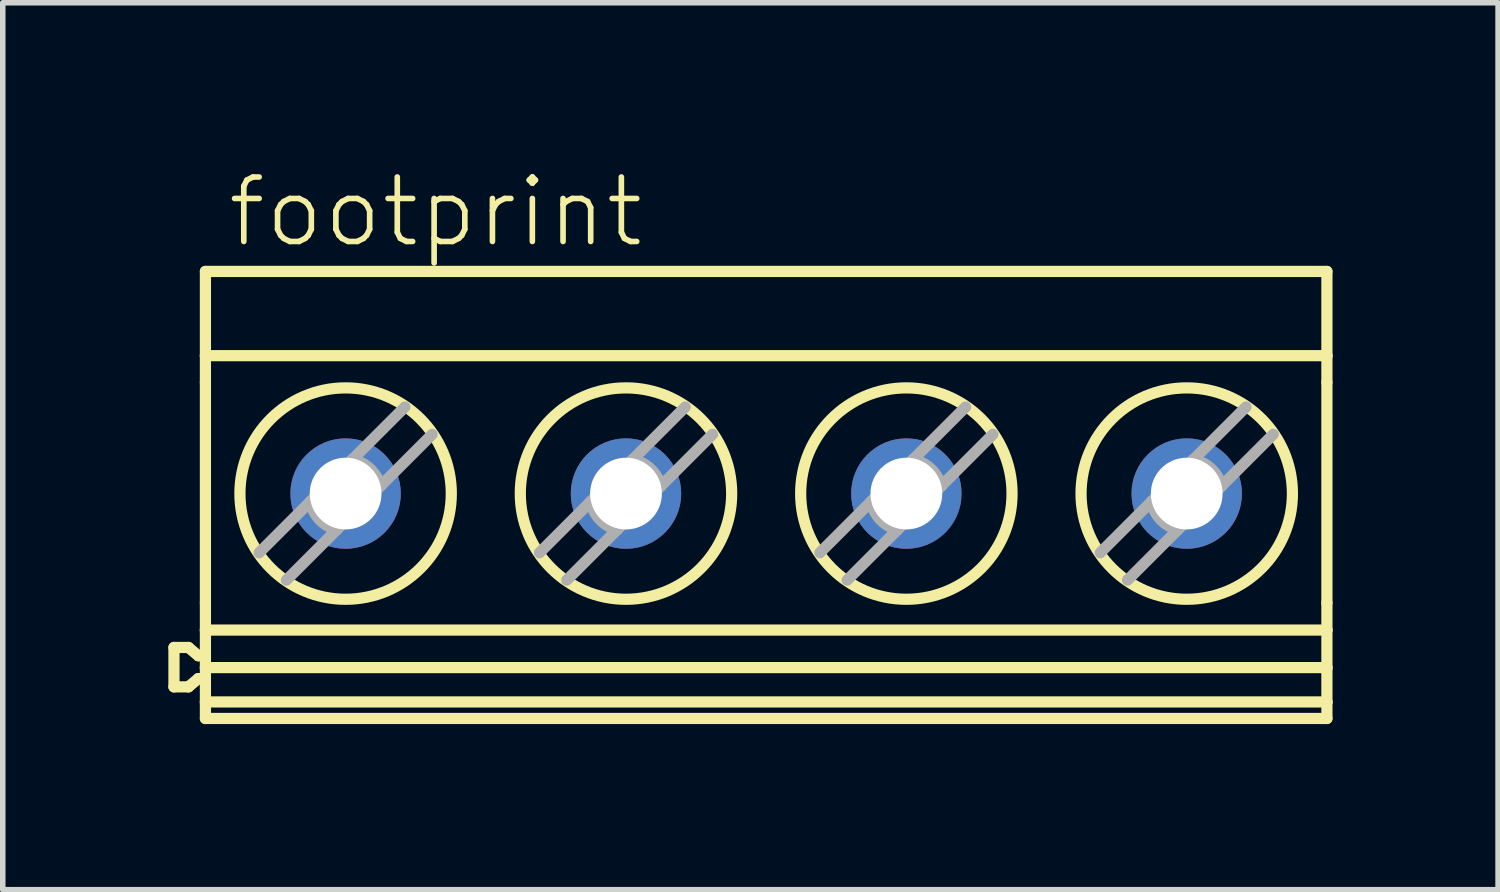
<source format=kicad_pcb>
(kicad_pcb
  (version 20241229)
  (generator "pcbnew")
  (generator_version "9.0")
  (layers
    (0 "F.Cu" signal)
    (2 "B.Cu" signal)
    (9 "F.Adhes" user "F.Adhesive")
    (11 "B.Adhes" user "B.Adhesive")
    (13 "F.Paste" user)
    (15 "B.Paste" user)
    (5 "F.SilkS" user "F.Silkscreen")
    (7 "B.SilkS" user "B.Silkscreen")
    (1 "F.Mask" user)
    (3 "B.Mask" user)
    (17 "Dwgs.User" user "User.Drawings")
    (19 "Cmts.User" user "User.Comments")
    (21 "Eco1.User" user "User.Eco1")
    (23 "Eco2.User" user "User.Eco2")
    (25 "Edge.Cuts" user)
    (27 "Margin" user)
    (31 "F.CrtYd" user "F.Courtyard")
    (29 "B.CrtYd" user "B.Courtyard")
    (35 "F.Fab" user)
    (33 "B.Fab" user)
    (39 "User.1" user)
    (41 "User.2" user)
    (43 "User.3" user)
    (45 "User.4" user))
  (footprint "footprint"
    (layer "F.Cu")
    (at 10.853 5.918)
    (property "Reference" "footprint" (at -9.831 -4.445 0) (layer "F.SilkS") (effects (font (size 1.168 1.168) (thickness 0.102)) (justify left bottom)))
    (fp_line (start -10.751 2.763) (end -10.751 3.477) (stroke (width 0.203) (type solid)) (layer "F.SilkS"))
    (fp_line (start -10.751 2.763) (end -10.488 2.763) (stroke (width 0.203) (type solid)) (layer "F.SilkS"))
    (fp_line (start -10.751 3.477) (end -10.488 3.477) (stroke (width 0.203) (type solid)) (layer "F.SilkS"))
    (fp_line (start -10.488 2.763) (end -10.31 2.913) (stroke (width 0.203) (type solid)) (layer "F.SilkS"))
    (fp_line (start -10.31 2.913) (end -10.181 2.913) (stroke (width 0.203) (type solid)) (layer "F.SilkS"))
    (fp_line (start -10.31 3.327) (end -10.488 3.477) (stroke (width 0.203) (type solid)) (layer "F.SilkS"))
    (fp_line (start -10.181 -4.05) (end 10.139 -4.05) (stroke (width 0.203) (type solid)) (layer "F.SilkS"))
    (fp_line (start -10.181 -2.524) (end -10.181 -4.05) (stroke (width 0.203) (type solid)) (layer "F.SilkS"))
    (fp_line (start -10.181 -2.524) (end -10.181 -2.041) (stroke (width 0.203) (type solid)) (layer "F.SilkS"))
    (fp_line (start -10.181 -2.524) (end 10.139 -2.524) (stroke (width 0.203) (type solid)) (layer "F.SilkS"))
    (fp_line (start -10.181 1.956) (end -10.181 -2.041) (stroke (width 0.203) (type solid)) (layer "F.SilkS"))
    (fp_line (start -10.181 1.956) (end -10.181 2.448) (stroke (width 0.203) (type solid)) (layer "F.SilkS"))
    (fp_line (start -10.181 2.913) (end -10.181 2.448) (stroke (width 0.203) (type solid)) (layer "F.SilkS"))
    (fp_line (start -10.181 3.128) (end -10.181 2.913) (stroke (width 0.203) (type solid)) (layer "F.SilkS"))
    (fp_line (start -10.181 3.128) (end 10.139 3.128) (stroke (width 0.203) (type solid)) (layer "F.SilkS"))
    (fp_line (start -10.181 3.327) (end -10.31 3.327) (stroke (width 0.203) (type solid)) (layer "F.SilkS"))
    (fp_line (start -10.181 3.327) (end -10.181 3.128) (stroke (width 0.203) (type solid)) (layer "F.SilkS"))
    (fp_line (start -10.181 3.75) (end -10.181 3.327) (stroke (width 0.203) (type solid)) (layer "F.SilkS"))
    (fp_line (start -10.181 3.75) (end -10.181 4.05) (stroke (width 0.203) (type solid)) (layer "F.SilkS"))
    (fp_line (start -10.181 4.05) (end 10.139 4.05) (stroke (width 0.203) (type solid)) (layer "F.SilkS"))
    (fp_line (start 10.139 -2.524) (end 10.139 -4.05) (stroke (width 0.203) (type solid)) (layer "F.SilkS"))
    (fp_line (start 10.139 -2.524) (end 10.139 -2.041) (stroke (width 0.203) (type solid)) (layer "F.SilkS"))
    (fp_line (start 10.139 1.956) (end 10.139 -2.041) (stroke (width 0.203) (type solid)) (layer "F.SilkS"))
    (fp_line (start 10.139 1.956) (end 10.139 2.448) (stroke (width 0.203) (type solid)) (layer "F.SilkS"))
    (fp_line (start 10.139 2.448) (end -10.181 2.448) (stroke (width 0.203) (type solid)) (layer "F.SilkS"))
    (fp_line (start 10.139 3.128) (end 10.139 2.448) (stroke (width 0.203) (type solid)) (layer "F.SilkS"))
    (fp_line (start 10.139 3.75) (end -10.181 3.75) (stroke (width 0.203) (type solid)) (layer "F.SilkS"))
    (fp_line (start 10.139 3.75) (end 10.139 3.128) (stroke (width 0.203) (type solid)) (layer "F.SilkS"))
    (fp_line (start 10.139 3.75) (end 10.139 4.05) (stroke (width 0.203) (type solid)) (layer "F.SilkS"))
    (fp_circle (center -7.641 -0.025) (end -5.726 -0.025) (stroke (width 0.203) (type solid)) (fill no) (layer "F.SilkS"))
    (fp_circle (center -2.561 -0.025) (end -0.646 -0.025) (stroke (width 0.203) (type solid)) (fill no) (layer "F.SilkS"))
    (fp_circle (center 2.519 -0.025) (end 4.434 -0.025) (stroke (width 0.203) (type solid)) (fill no) (layer "F.SilkS"))
    (fp_circle (center 7.599 -0.025) (end 9.514 -0.025) (stroke (width 0.203) (type solid)) (fill no) (layer "F.SilkS"))
    (fp_line (start -9.209 1.048) (end -8.28 0.119) (stroke (width 0.203) (type solid)) (layer "F.Fab"))
    (fp_line (start -8.28 0.119) (end -7.641 -0.52) (stroke (width 0.203) (type solid)) (layer "F.Fab"))
    (fp_line (start -7.801 0.63) (end -8.714 1.543) (stroke (width 0.203) (type solid)) (layer "F.Fab"))
    (fp_line (start -7.641 -0.52) (end -7.522 -0.639) (stroke (width 0.203) (type solid)) (layer "F.Fab"))
    (fp_line (start -7.641 0.47) (end -7.801 0.63) (stroke (width 0.203) (type solid)) (layer "F.Fab"))
    (fp_line (start -7.522 -0.639) (end -6.568 -1.593) (stroke (width 0.203) (type solid)) (layer "F.Fab"))
    (fp_line (start -7.011 -0.16) (end -7.641 0.47) (stroke (width 0.203) (type solid)) (layer "F.Fab"))
    (fp_line (start -6.073 -1.098) (end -7.011 -0.16) (stroke (width 0.203) (type solid)) (layer "F.Fab"))
    (fp_line (start -4.129 1.048) (end -3.2 0.119) (stroke (width 0.203) (type solid)) (layer "F.Fab"))
    (fp_line (start -3.2 0.119) (end -2.561 -0.52) (stroke (width 0.203) (type solid)) (layer "F.Fab"))
    (fp_line (start -2.721 0.63) (end -3.634 1.543) (stroke (width 0.203) (type solid)) (layer "F.Fab"))
    (fp_line (start -2.561 -0.52) (end -2.442 -0.639) (stroke (width 0.203) (type solid)) (layer "F.Fab"))
    (fp_line (start -2.561 0.47) (end -2.721 0.63) (stroke (width 0.203) (type solid)) (layer "F.Fab"))
    (fp_line (start -2.442 -0.639) (end -1.488 -1.593) (stroke (width 0.203) (type solid)) (layer "F.Fab"))
    (fp_line (start -1.931 -0.16) (end -2.561 0.47) (stroke (width 0.203) (type solid)) (layer "F.Fab"))
    (fp_line (start -0.993 -1.098) (end -1.931 -0.16) (stroke (width 0.203) (type solid)) (layer "F.Fab"))
    (fp_line (start 0.951 1.048) (end 1.88 0.119) (stroke (width 0.203) (type solid)) (layer "F.Fab"))
    (fp_line (start 1.88 0.119) (end 2.519 -0.52) (stroke (width 0.203) (type solid)) (layer "F.Fab"))
    (fp_line (start 2.359 0.63) (end 1.446 1.543) (stroke (width 0.203) (type solid)) (layer "F.Fab"))
    (fp_line (start 2.519 -0.52) (end 2.638 -0.639) (stroke (width 0.203) (type solid)) (layer "F.Fab"))
    (fp_line (start 2.519 0.47) (end 2.359 0.63) (stroke (width 0.203) (type solid)) (layer "F.Fab"))
    (fp_line (start 2.638 -0.639) (end 3.592 -1.593) (stroke (width 0.203) (type solid)) (layer "F.Fab"))
    (fp_line (start 3.149 -0.16) (end 2.519 0.47) (stroke (width 0.203) (type solid)) (layer "F.Fab"))
    (fp_line (start 4.087 -1.098) (end 3.149 -0.16) (stroke (width 0.203) (type solid)) (layer "F.Fab"))
    (fp_line (start 6.031 1.048) (end 6.96 0.119) (stroke (width 0.203) (type solid)) (layer "F.Fab"))
    (fp_line (start 6.96 0.119) (end 7.599 -0.52) (stroke (width 0.203) (type solid)) (layer "F.Fab"))
    (fp_line (start 7.439 0.63) (end 6.526 1.543) (stroke (width 0.203) (type solid)) (layer "F.Fab"))
    (fp_line (start 7.599 -0.52) (end 7.718 -0.639) (stroke (width 0.203) (type solid)) (layer "F.Fab"))
    (fp_line (start 7.599 0.47) (end 7.439 0.63) (stroke (width 0.203) (type solid)) (layer "F.Fab"))
    (fp_line (start 7.718 -0.639) (end 8.672 -1.593) (stroke (width 0.203) (type solid)) (layer "F.Fab"))
    (fp_line (start 8.229 -0.16) (end 7.599 0.47) (stroke (width 0.203) (type solid)) (layer "F.Fab"))
    (fp_line (start 9.167 -1.098) (end 8.229 -0.16) (stroke (width 0.203) (type solid)) (layer "F.Fab"))
    (fp_arc (start -7.801099 0.63) (mid -8.115315 0.444537) (end -8.2801 0.119) (stroke (width 0.2032) (type solid)) (layer "F.Fab"))
    (fp_arc (start -7.5221 -0.639) (mid -7.196563 -0.474216) (end -7.0111 -0.16) (stroke (width 0.2032) (type solid)) (layer "F.Fab"))
    (fp_arc (start -2.721099 0.63) (mid -3.035315 0.444537) (end -3.2001 0.119) (stroke (width 0.2032) (type solid)) (layer "F.Fab"))
    (fp_arc (start -2.4421 -0.639) (mid -2.116563 -0.474216) (end -1.9311 -0.16) (stroke (width 0.2032) (type solid)) (layer "F.Fab"))
    (fp_arc (start 2.3589 0.629999) (mid 2.044684 0.444536) (end 1.8799 0.119) (stroke (width 0.2032) (type solid)) (layer "F.Fab"))
    (fp_arc (start 2.6379 -0.639001) (mid 2.963437 -0.474216) (end 3.1489 -0.16) (stroke (width 0.2032) (type solid)) (layer "F.Fab"))
    (fp_arc (start 7.4389 0.629999) (mid 7.124684 0.444536) (end 6.9599 0.119) (stroke (width 0.2032) (type solid)) (layer "F.Fab"))
    (fp_arc (start 7.7179 -0.639001) (mid 8.043437 -0.474216) (end 8.2289 -0.16) (stroke (width 0.2032) (type solid)) (layer "F.Fab"))
    (pad "1" thru_hole circle (at -7.641 -0.025) (size 2 2) (drill 1.3) (layers "*.Cu" "*.Mask"))
    (pad "2" thru_hole circle (at -2.561 -0.025) (size 2 2) (drill 1.3) (layers "*.Cu" "*.Mask"))
    (pad "3" thru_hole circle (at 2.519 -0.025) (size 2 2) (drill 1.3) (layers "*.Cu" "*.Mask"))
    (pad "4" thru_hole circle (at 7.599 -0.025) (size 2 2) (drill 1.3) (layers "*.Cu" "*.Mask")))
  (gr_rect
    (start -3 -3)
    (end 24.093 13.07)
    (stroke (width 0.1) (type default))
    (fill no)
    (layer "Edge.Cuts")))
</source>
